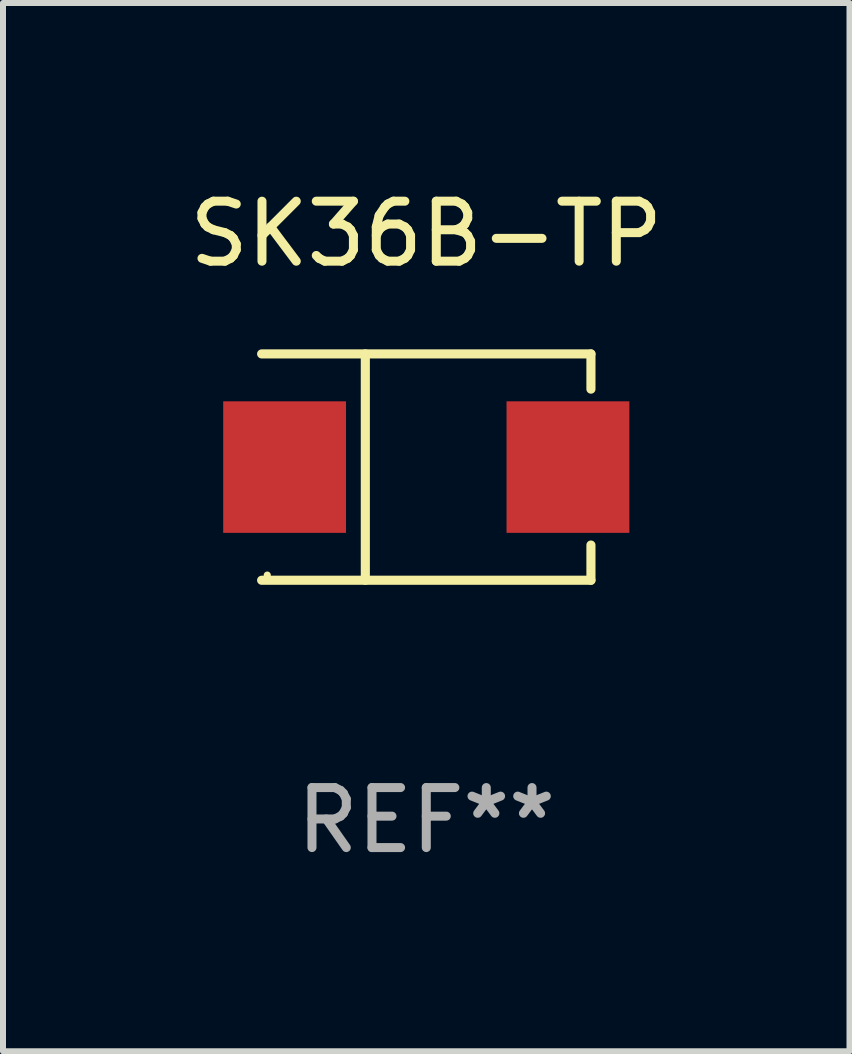
<source format=kicad_pcb>
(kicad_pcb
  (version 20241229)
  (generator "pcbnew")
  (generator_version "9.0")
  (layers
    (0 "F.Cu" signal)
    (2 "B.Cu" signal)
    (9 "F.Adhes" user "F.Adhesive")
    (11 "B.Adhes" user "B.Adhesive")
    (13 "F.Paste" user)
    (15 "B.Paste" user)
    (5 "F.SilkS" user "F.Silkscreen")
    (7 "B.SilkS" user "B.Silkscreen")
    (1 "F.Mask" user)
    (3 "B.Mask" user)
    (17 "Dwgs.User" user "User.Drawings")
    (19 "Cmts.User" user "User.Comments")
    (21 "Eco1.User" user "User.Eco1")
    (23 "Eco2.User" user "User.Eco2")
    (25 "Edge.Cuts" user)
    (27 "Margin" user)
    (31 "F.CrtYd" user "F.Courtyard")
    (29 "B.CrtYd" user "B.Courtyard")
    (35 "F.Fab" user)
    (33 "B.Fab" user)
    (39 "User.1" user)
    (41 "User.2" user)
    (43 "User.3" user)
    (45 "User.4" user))
  (footprint "SK36B-TP"
    (layer "F.Cu")
    (at 4.054 4.734)
    (property "Reference" "SK36B-TP" (at 0 -3.886 0) (layer "F.SilkS") (effects (font (size 1 1) (thickness 0.15))))
    (attr through_hole)
    (fp_line (start -2.744 -1.886) (end 2.744 -1.886) (stroke (width 0.152) (type solid)) (layer "F.SilkS"))
    (fp_line (start -2.744 1.886) (end 2.744 1.886) (stroke (width 0.152) (type solid)) (layer "F.SilkS"))
    (fp_line (start -1.016 -1.886) (end -1.016 1.886) (stroke (width 0.152) (type solid)) (layer "F.SilkS"))
    (fp_line (start 2.744 -1.886) (end 2.744 -1.299) (stroke (width 0.152) (type solid)) (layer "F.SilkS"))
    (fp_line (start 2.744 1.886) (end 2.744 1.299) (stroke (width 0.152) (type solid)) (layer "F.SilkS"))
    (fp_circle (center -2.65 1.8) (end -2.62 1.8) (stroke (width 0.06) (type solid)) (fill no) (layer "F.SilkS"))
    (fp_text user "REF**" (at 0 5.886 0) (layer "F.Fab") (effects (font (size 1 1) (thickness 0.15))))
    (pad "1" smd rect (at -2.361 0) (size 2.047 2.192) (layers "F.Cu" "F.Mask" "F.Paste"))
    (pad "2" smd rect (at 2.361 0) (size 2.047 2.192) (layers "F.Cu" "F.Mask" "F.Paste")))
  (gr_rect
    (start -3 -3)
    (end 11.107 14.469)
    (stroke (width 0.1) (type default))
    (fill no)
    (layer "Edge.Cuts")))
</source>
